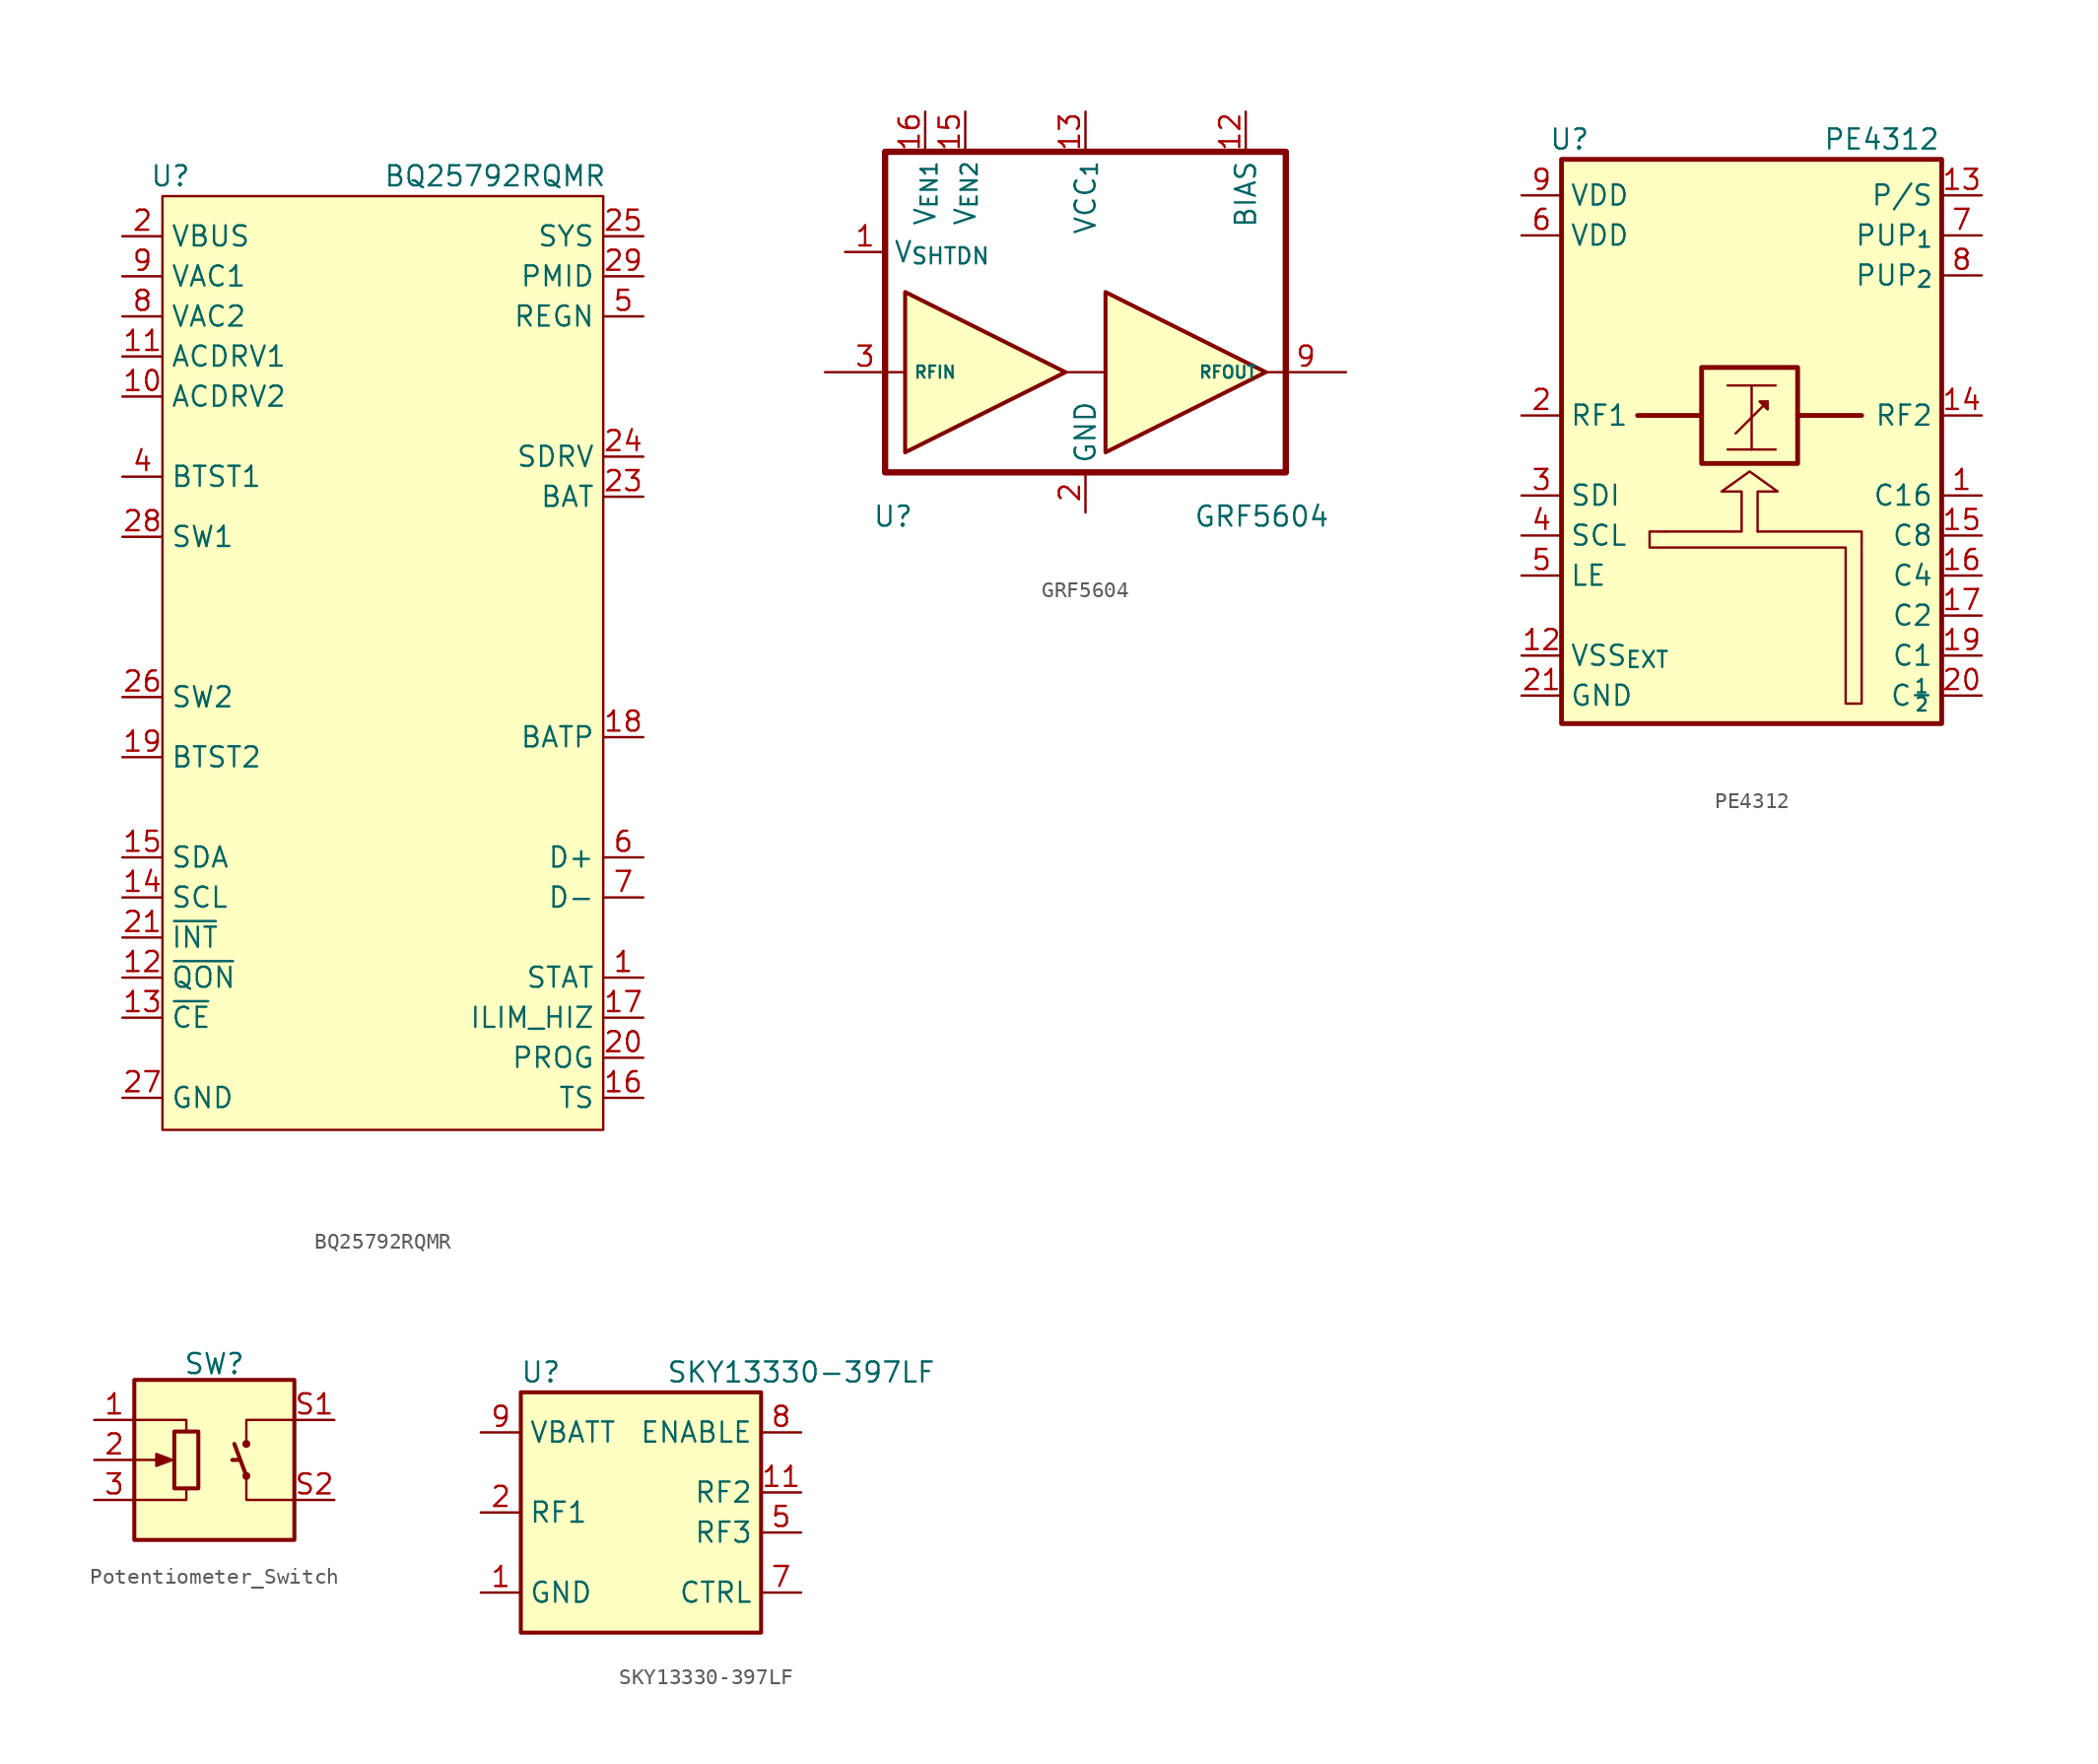
<source format=kicad_sym>
(kicad_symbol_lib
  (version 20241209)
  (generator "kicad_symbol_editor")
  (generator_version "9.0")
  (symbol "BQ25792RQMR"
    (property "Reference" "U"
      (at -13.462 21.59 0)
      (effects (font (size 1.27 1.27))))
    (property "Value" "BQ25792RQMR"
      (at 7.112 21.59 0)
      (effects (font (size 1.27 1.27))))
    (symbol "BQ25792RQMR_0_1"
      (rectangle (start -13.97 20.32) (end 13.97 -38.862) (stroke (width 0) (type default)) (fill (type background)))
      (pin power_in line (at -16.51 17.78 0) (length 2.54) (name "VBUS" (effects (font (size 1.27 1.27)))) (number "2" (effects (font (size 1.27 1.27)))))
      (pin power_in line (at -16.51 17.78 0) (length 2.54) (hide yes) (name "VBUS" (effects (font (size 1.27 1.27)))) (number "3" (effects (font (size 1.27 1.27)))))
      (pin power_in line (at -16.51 15.24 0) (length 2.54) (name "VAC1" (effects (font (size 1.27 1.27)))) (number "9" (effects (font (size 1.27 1.27)))))
      (pin power_in line (at -16.51 12.7 0) (length 2.54) (name "VAC2" (effects (font (size 1.27 1.27)))) (number "8" (effects (font (size 1.27 1.27)))))
      (pin power_in line (at -16.51 10.16 0) (length 2.54) (name "ACDRV1" (effects (font (size 1.27 1.27)))) (number "11" (effects (font (size 1.27 1.27)))))
      (pin power_in line (at -16.51 7.62 0) (length 2.54) (name "ACDRV2" (effects (font (size 1.27 1.27)))) (number "10" (effects (font (size 1.27 1.27)))))
      (pin power_in line (at -16.51 2.54 0) (length 2.54) (name "BTST1" (effects (font (size 1.27 1.27)))) (number "4" (effects (font (size 1.27 1.27)))))
      (pin input line (at -16.51 -1.27 0) (length 2.54) (name "SW1" (effects (font (size 1.27 1.27)))) (number "28" (effects (font (size 1.27 1.27)))))
      (pin input line (at -16.51 -11.43 0) (length 2.54) (name "SW2" (effects (font (size 1.27 1.27)))) (number "26" (effects (font (size 1.27 1.27)))))
      (pin power_out line (at -16.51 -15.24 0) (length 2.54) (name "BTST2" (effects (font (size 1.27 1.27)))) (number "19" (effects (font (size 1.27 1.27)))))
      (pin bidirectional line (at -16.51 -21.59 0) (length 2.54) (name "SDA" (effects (font (size 1.27 1.27)))) (number "15" (effects (font (size 1.27 1.27)))))
      (pin input line (at -16.51 -24.13 0) (length 2.54) (name "SCL" (effects (font (size 1.27 1.27)))) (number "14" (effects (font (size 1.27 1.27)))))
      (pin output line (at -16.51 -26.67 0) (length 2.54) (name "~{INT}" (effects (font (size 1.27 1.27)))) (number "21" (effects (font (size 1.27 1.27)))))
      (pin input line (at -16.51 -29.21 0) (length 2.54) (name "~{QON}" (effects (font (size 1.27 1.27)))) (number "12" (effects (font (size 1.27 1.27)))))
      (pin input line (at -16.51 -31.75 0) (length 2.54) (name "~{CE}" (effects (font (size 1.27 1.27)))) (number "13" (effects (font (size 1.27 1.27)))))
      (pin power_in line (at -16.51 -36.83 0) (length 2.54) (name "GND" (effects (font (size 1.27 1.27)))) (number "27" (effects (font (size 1.27 1.27)))))
      (pin power_out line (at 16.51 17.78 180) (length 2.54) (name "SYS" (effects (font (size 1.27 1.27)))) (number "25" (effects (font (size 1.27 1.27)))))
      (pin power_out line (at 16.51 15.24 180) (length 2.54) (name "PMID" (effects (font (size 1.27 1.27)))) (number "29" (effects (font (size 1.27 1.27)))))
      (pin power_out line (at 16.51 12.7 180) (length 2.54) (name "REGN" (effects (font (size 1.27 1.27)))) (number "5" (effects (font (size 1.27 1.27)))))
      (pin power_out line (at 16.51 3.81 180) (length 2.54) (name "SDRV" (effects (font (size 1.27 1.27)))) (number "24" (effects (font (size 1.27 1.27)))))
      (pin power_out line (at 16.51 1.27 180) (length 2.54) (hide yes) (name "BAT" (effects (font (size 1.27 1.27)))) (number "22" (effects (font (size 1.27 1.27)))))
      (pin power_out line (at 16.51 1.27 180) (length 2.54) (name "BAT" (effects (font (size 1.27 1.27)))) (number "23" (effects (font (size 1.27 1.27)))))
      (pin power_in line (at 16.51 -13.97 180) (length 2.54) (name "BATP" (effects (font (size 1.27 1.27)))) (number "18" (effects (font (size 1.27 1.27)))))
      (pin bidirectional line (at 16.51 -21.59 180) (length 2.54) (name "D+" (effects (font (size 1.27 1.27)))) (number "6" (effects (font (size 1.27 1.27)))))
      (pin bidirectional line (at 16.51 -24.13 180) (length 2.54) (name "D-" (effects (font (size 1.27 1.27)))) (number "7" (effects (font (size 1.27 1.27)))))
      (pin output line (at 16.51 -29.21 180) (length 2.54) (name "STAT" (effects (font (size 1.27 1.27)))) (number "1" (effects (font (size 1.27 1.27)))))
      (pin input line (at 16.51 -31.75 180) (length 2.54) (name "ILIM_HIZ" (effects (font (size 1.27 1.27)))) (number "17" (effects (font (size 1.27 1.27)))))
      (pin input line (at 16.51 -34.29 180) (length 2.54) (name "PROG" (effects (font (size 1.27 1.27)))) (number "20" (effects (font (size 1.27 1.27)))))
      (pin input line (at 16.51 -36.83 180) (length 2.54) (name "TS" (effects (font (size 1.27 1.27)))) (number "16" (effects (font (size 1.27 1.27)))))))
  (symbol "GRF5604"
    (property "Reference" "U"
      (at -18.542 -9.144 0)
      (effects (font (size 1.27 1.27))))
    (property "Value" "GRF5604"
      (at 4.826 -9.144 0)
      (effects (font (size 1.27 1.27))))
    (symbol "GRF5604_1_1"
      (rectangle (start -19.05 13.97) (end 6.35 -6.35) (stroke (width 0.4) (type solid)) (fill (type none)))
      (polyline (pts (xy -17.78 5.08) (xy -17.78 0) (xy -17.78 -5.08) (xy -7.62 0) (xy -17.78 5.08)) (stroke (width 0.254) (type default)) (fill (type background)))
      (polyline (pts (xy -7.62 0) (xy -5.08 0)) (stroke (width 0.152) (type solid)) (fill (type none)))
      (polyline (pts (xy -5.08 5.08) (xy -5.08 0) (xy -5.08 -5.08) (xy 5.08 0) (xy -5.08 5.08)) (stroke (width 0.254) (type default)) (fill (type background)))
      (pin input line (at -22.86 0 0) (length 5.08) (name "RFIN" (effects (font (size 0.762 0.762)))) (number "3" (effects (font (size 1.27 1.27)))))
      (pin input line (at -22.86 0 0) (length 5.08) (hide yes) (name "RFIN" (effects (font (size 1.27 1.27)))) (number "4" (effects (font (size 1.27 1.27)))))
      (pin input line (at -21.59 7.62 0) (length 2.54) (name "V_{SHTDN}" (effects (font (size 1.27 1.27)))) (number "1" (effects (font (size 1.27 1.27)))))
      (pin input line (at -16.51 16.51 270) (length 2.54) (name "V_{EN1}" (effects (font (size 1.27 1.27)))) (number "16" (effects (font (size 1.27 1.27)))))
      (pin input line (at -13.97 16.51 270) (length 2.54) (name "V_{EN2}" (effects (font (size 1.27 1.27)))) (number "15" (effects (font (size 1.27 1.27)))))
      (pin power_in line (at -6.35 16.51 270) (length 2.54) (name "VCC_{1}" (effects (font (size 1.27 1.27)))) (number "13" (effects (font (size 1.27 1.27)))))
      (pin power_in line (at -6.35 -8.89 90) (length 2.54) (hide yes) (name "GND" (effects (font (size 1.27 1.27)))) (number "11" (effects (font (size 1.27 1.27)))))
      (pin power_in line (at -6.35 -8.89 90) (length 2.54) (hide yes) (name "GND" (effects (font (size 1.27 1.27)))) (number "14" (effects (font (size 1.27 1.27)))))
      (pin power_in line (at -6.35 -8.89 90) (length 2.54) (hide yes) (name "GND" (effects (font (size 1.27 1.27)))) (number "17" (effects (font (size 1.27 1.27)))))
      (pin power_in line (at -6.35 -8.89 90) (length 2.54) (name "GND" (effects (font (size 1.27 1.27)))) (number "2" (effects (font (size 1.27 1.27)))))
      (pin power_in line (at -6.35 -8.89 90) (length 2.54) (hide yes) (name "GND" (effects (font (size 1.27 1.27)))) (number "5" (effects (font (size 1.27 1.27)))))
      (pin power_in line (at -6.35 -8.89 90) (length 2.54) (hide yes) (name "GND" (effects (font (size 1.27 1.27)))) (number "6" (effects (font (size 1.27 1.27)))))
      (pin power_in line (at -6.35 -8.89 90) (length 2.54) (hide yes) (name "GND" (effects (font (size 1.27 1.27)))) (number "7" (effects (font (size 1.27 1.27)))))
      (pin power_in line (at -6.35 -8.89 90) (length 2.54) (hide yes) (name "GND" (effects (font (size 1.27 1.27)))) (number "8" (effects (font (size 1.27 1.27)))))
      (pin input line (at 3.81 16.51 270) (length 2.54) (name "BIAS" (effects (font (size 1.27 1.27)))) (number "12" (effects (font (size 1.27 1.27)))))
      (pin output line (at 10.16 0 180) (length 5.08) (hide yes) (name "RFOUT" (effects (font (size 1.27 1.27)))) (number "10" (effects (font (size 1.27 1.27)))))
      (pin output line (at 10.16 0 180) (length 5.08) (name "RFOUT" (effects (font (size 0.762 0.762)))) (number "9" (effects (font (size 1.27 1.27)))))))
  (symbol "PE4312"
    (property "Reference" "U"
      (at 3.048 3.556 0)
      (effects (font (size 1.27 1.27))))
    (property "Value" "PE4312"
      (at 22.86 3.556 0)
      (effects (font (size 1.27 1.27))))
    (symbol "PE4312_0_1"
      (polyline (pts (xy 13.589 -15.113) (xy 15.621 -13.081)) (stroke (width 0) (type default)) (fill (type none)))
      (polyline (pts (xy 14.605 -16.129) (xy 14.605 -12.065)) (stroke (width 0) (type default)) (fill (type none)))
      (polyline (pts (xy 16.129 -12.065) (xy 13.081 -12.065)) (stroke (width 0) (type default)) (fill (type none)))
      (polyline (pts (xy 16.129 -16.129) (xy 13.081 -16.129)) (stroke (width 0) (type default)) (fill (type none))))
    (symbol "PE4312_1_0"
      (pin power_in line (at 0 0 0) (length 2.54) (name "VDD" (effects (font (size 1.27 1.27)))) (number "9" (effects (font (size 1.27 1.27)))))
      (pin power_in line (at 0 -2.54 0) (length 2.54) (name "VDD" (effects (font (size 1.27 1.27)))) (number "6" (effects (font (size 1.27 1.27)))))
      (pin input line (at 0 -13.97 0) (length 2.54) (name "RF1" (effects (font (size 1.27 1.27)))) (number "2" (effects (font (size 1.27 1.27)))))
      (pin input line (at 0 -19.05 0) (length 2.54) (name "SDI" (effects (font (size 1.27 1.27)))) (number "3" (effects (font (size 1.27 1.27)))))
      (pin input line (at 0 -21.59 0) (length 2.54) (name "SCL" (effects (font (size 1.27 1.27)))) (number "4" (effects (font (size 1.27 1.27)))))
      (pin input line (at 0 -24.13 0) (length 2.54) (name "LE" (effects (font (size 1.27 1.27)))) (number "5" (effects (font (size 1.27 1.27)))))
      (pin power_in line (at 0 -29.21 0) (length 2.54) (name "VSS_{EXT}" (effects (font (size 1.27 1.27)))) (number "12" (effects (font (size 1.27 1.27)))))
      (pin power_in line (at 0 -31.75 0) (length 2.54) (hide yes) (name "GND" (effects (font (size 1.27 1.27)))) (number "10" (effects (font (size 1.27 1.27)))))
      (pin power_in line (at 0 -31.75 0) (length 2.54) (hide yes) (name "GND" (effects (font (size 1.27 1.27)))) (number "11" (effects (font (size 1.27 1.27)))))
      (pin power_in line (at 0 -31.75 0) (length 2.54) (hide yes) (name "GND" (effects (font (size 1.27 1.27)))) (number "18" (effects (font (size 1.27 1.27)))))
      (pin power_in line (at 0 -31.75 0) (length 2.54) (name "GND" (effects (font (size 1.27 1.27)))) (number "21" (effects (font (size 1.27 1.27)))))
      (pin input line (at 29.21 0 180) (length 2.54) (name "P/S" (effects (font (size 1.27 1.27)))) (number "13" (effects (font (size 1.27 1.27)))))
      (pin input line (at 29.21 -2.54 180) (length 2.54) (name "PUP_{1}" (effects (font (size 1.27 1.27)))) (number "7" (effects (font (size 1.27 1.27)))))
      (pin input line (at 29.21 -5.08 180) (length 2.54) (name "PUP_{2}" (effects (font (size 1.27 1.27)))) (number "8" (effects (font (size 1.27 1.27)))))
      (pin input line (at 29.21 -13.97 180) (length 2.54) (name "RF2" (effects (font (size 1.27 1.27)))) (number "14" (effects (font (size 1.27 1.27)))))
      (pin input line (at 29.21 -21.59 180) (length 2.54) (name "C8" (effects (font (size 1.27 1.27)))) (number "15" (effects (font (size 1.27 1.27)))))
      (pin input line (at 29.21 -24.13 180) (length 2.54) (name "C4" (effects (font (size 1.27 1.27)))) (number "16" (effects (font (size 1.27 1.27)))))
      (pin input line (at 29.21 -26.67 180) (length 2.54) (name "C2" (effects (font (size 1.27 1.27)))) (number "17" (effects (font (size 1.27 1.27)))))
      (pin input line (at 29.21 -29.21 180) (length 2.54) (name "C1" (effects (font (size 1.27 1.27)))) (number "19" (effects (font (size 1.27 1.27)))))
      (pin input line (at 29.21 -31.75 180) (length 2.54) (name "C½" (effects (font (size 1.27 1.27)))) (number "20" (effects (font (size 1.27 1.27))))))
    (symbol "PE4312_1_1"
      (rectangle (start 2.54 2.286) (end 26.67 -33.528) (stroke (width 0.305) (type solid)) (fill (type background)))
      (polyline (pts (xy 7.366 -13.97) (xy 11.43 -13.97)) (stroke (width 0.305) (type default)) (fill (type none)))
      (polyline (pts (xy 9.144 -21.336) (xy 13.97 -21.336) (xy 13.97 -18.796) (xy 12.7 -18.796) (xy 14.478 -17.526) (xy 16.256 -18.796) (xy 14.986 -18.796) (xy 14.986 -21.336)) (stroke (width 0) (type default)) (fill (type none)))
      (rectangle (start 11.43 -10.922) (end 17.526 -17.018) (stroke (width 0.305) (type default)) (fill (type none)))
      (polyline (pts (xy 14.986 -21.336) (xy 21.59 -21.336) (xy 21.59 -32.258) (xy 20.574 -32.258) (xy 20.574 -22.352) (xy 8.128 -22.352) (xy 8.128 -21.336) (xy 9.144 -21.336)) (stroke (width 0) (type default)) (fill (type none)))
      (polyline (pts (xy 15.621 -13.081) (xy 15.621 -13.589) (xy 15.113 -13.081) (xy 15.621 -13.081)) (stroke (width 0) (type solid)) (fill (type outline)))
      (polyline (pts (xy 17.526 -13.97) (xy 21.59 -13.97)) (stroke (width 0.305) (type default)) (fill (type none)))
      (pin input line (at 29.21 -19.05 180) (length 2.54) (name "C16" (effects (font (size 1.27 1.27)))) (number "1" (effects (font (size 1.27 1.27)))))))
  (symbol "Potentiometer_Switch"
    (pin_names
      (hide yes))
    (property "Reference" "SW"
      (at 7.62 6.096 0)
      (effects (font (size 1.27 1.27))))
    (property "Value" ""
      (at 0 0 0)
      (effects (font (size 1.27 1.27))))
    (symbol "Potentiometer_Switch_0_1"
      (rectangle (start 2.54 5.08) (end 12.7 -5.08) (stroke (width 0.254) (type default)) (fill (type background)))
      (polyline (pts (xy 2.54 2.54) (xy 5.842 2.54) (xy 5.842 1.778)) (stroke (width 0) (type default)) (fill (type none)))
      (polyline (pts (xy 2.54 0) (xy 4.064 0)) (stroke (width 0) (type default)) (fill (type none)))
      (polyline (pts (xy 2.54 -2.54) (xy 5.842 -2.54) (xy 5.842 -1.778)) (stroke (width 0) (type default)) (fill (type none)))
      (polyline (pts (xy 4.699 0) (xy 4.953 0) (xy 3.937 -0.381) (xy 3.937 0.381) (xy 4.953 0) (xy 4.699 0)) (stroke (width 0) (type default)) (fill (type outline)))
      (rectangle (start 6.604 1.803) (end 5.08 -1.803) (stroke (width 0.254) (type default)) (fill (type none)))
      (polyline (pts (xy 8.89 1.016) (xy 9.652 -1.016)) (stroke (width 0.254) (type default)) (fill (type none)))
      (polyline (pts (xy 9.144 0) (xy 8.763 0)) (stroke (width 0.254) (type default)) (fill (type none)))
      (circle (center 9.652 1.016) (radius 0.127) (stroke (width 0.254) (type default)) (fill (type none)))
      (circle (center 9.652 -1.016) (radius 0.127) (stroke (width 0.254) (type default)) (fill (type none))))
    (symbol "Potentiometer_Switch_1_1"
      (polyline (pts (xy 12.7 2.54) (xy 9.652 2.54) (xy 9.652 1.016)) (stroke (width 0) (type solid)) (fill (type none)))
      (polyline (pts (xy 12.7 -2.54) (xy 9.652 -2.54) (xy 9.652 -1.016)) (stroke (width 0) (type solid)) (fill (type none)))
      (pin passive line (at 0 2.54 0) (length 2.54) (name "1" (effects (font (size 1.27 1.27)))) (number "1" (effects (font (size 1.27 1.27)))))
      (pin passive line (at 0 0 0) (length 2.54) (name "2" (effects (font (size 1.27 1.27)))) (number "2" (effects (font (size 1.27 1.27)))))
      (pin passive line (at 0 -2.54 0) (length 2.54) (name "3" (effects (font (size 1.27 1.27)))) (number "3" (effects (font (size 1.27 1.27)))))
      (pin passive line (at 15.24 2.54 180) (length 2.54) (name "S1" (effects (font (size 1.27 1.27)))) (number "S1" (effects (font (size 1.27 1.27)))))
      (pin passive line (at 15.24 -2.54 180) (length 2.54) (name "S2" (effects (font (size 1.27 1.27)))) (number "S2" (effects (font (size 1.27 1.27)))))))
  (symbol "SKY13330-397LF"
    (property "Reference" "U"
      (at -6.35 8.89 0)
      (effects (font (size 1.27 1.27))))
    (property "Value" "SKY13330-397LF"
      (at 10.16 8.89 0)
      (effects (font (size 1.27 1.27))))
    (symbol "SKY13330-397LF_0_1"
      (rectangle (start -7.62 7.62) (end 7.62 -7.62) (stroke (width 0.254) (type default)) (fill (type background))))
    (symbol "SKY13330-397LF_1_1"
      (pin power_in line (at -10.16 5.08 0) (length 2.54) (name "VBATT" (effects (font (size 1.27 1.27)))) (number "9" (effects (font (size 1.27 1.27)))))
      (pin passive line (at -10.16 0 0) (length 2.54) (name "RF1" (effects (font (size 1.27 1.27)))) (number "2" (effects (font (size 1.27 1.27)))))
      (pin power_in line (at -10.16 -5.08 0) (length 2.54) (name "GND" (effects (font (size 1.27 1.27)))) (number "1" (effects (font (size 1.27 1.27)))))
      (pin power_in line (at -10.16 -5.08 0) (length 2.54) (hide yes) (name "GND" (effects (font (size 1.27 1.27)))) (number "10" (effects (font (size 1.27 1.27)))))
      (pin power_in line (at -10.16 -5.08 0) (length 2.54) (hide yes) (name "GND" (effects (font (size 1.27 1.27)))) (number "12" (effects (font (size 1.27 1.27)))))
      (pin power_in line (at -10.16 -5.08 0) (length 2.54) (hide yes) (name "GND" (effects (font (size 1.27 1.27)))) (number "13" (effects (font (size 1.27 1.27)))))
      (pin power_in line (at -10.16 -5.08 0) (length 2.54) (hide yes) (name "GND" (effects (font (size 1.27 1.27)))) (number "3" (effects (font (size 1.27 1.27)))))
      (pin power_in line (at -10.16 -5.08 0) (length 2.54) (hide yes) (name "GND" (effects (font (size 1.27 1.27)))) (number "4" (effects (font (size 1.27 1.27)))))
      (pin power_in line (at -10.16 -5.08 0) (length 2.54) (hide yes) (name "GND" (effects (font (size 1.27 1.27)))) (number "6" (effects (font (size 1.27 1.27)))))
      (pin input line (at 10.16 5.08 180) (length 2.54) (name "ENABLE" (effects (font (size 1.27 1.27)))) (number "8" (effects (font (size 1.27 1.27)))))
      (pin passive line (at 10.16 1.27 180) (length 2.54) (name "RF2" (effects (font (size 1.27 1.27)))) (number "11" (effects (font (size 1.27 1.27)))))
      (pin passive line (at 10.16 -1.27 180) (length 2.54) (name "RF3" (effects (font (size 1.27 1.27)))) (number "5" (effects (font (size 1.27 1.27)))))
      (pin input line (at 10.16 -5.08 180) (length 2.54) (name "CTRL" (effects (font (size 1.27 1.27)))) (number "7" (effects (font (size 1.27 1.27))))))))
</source>
